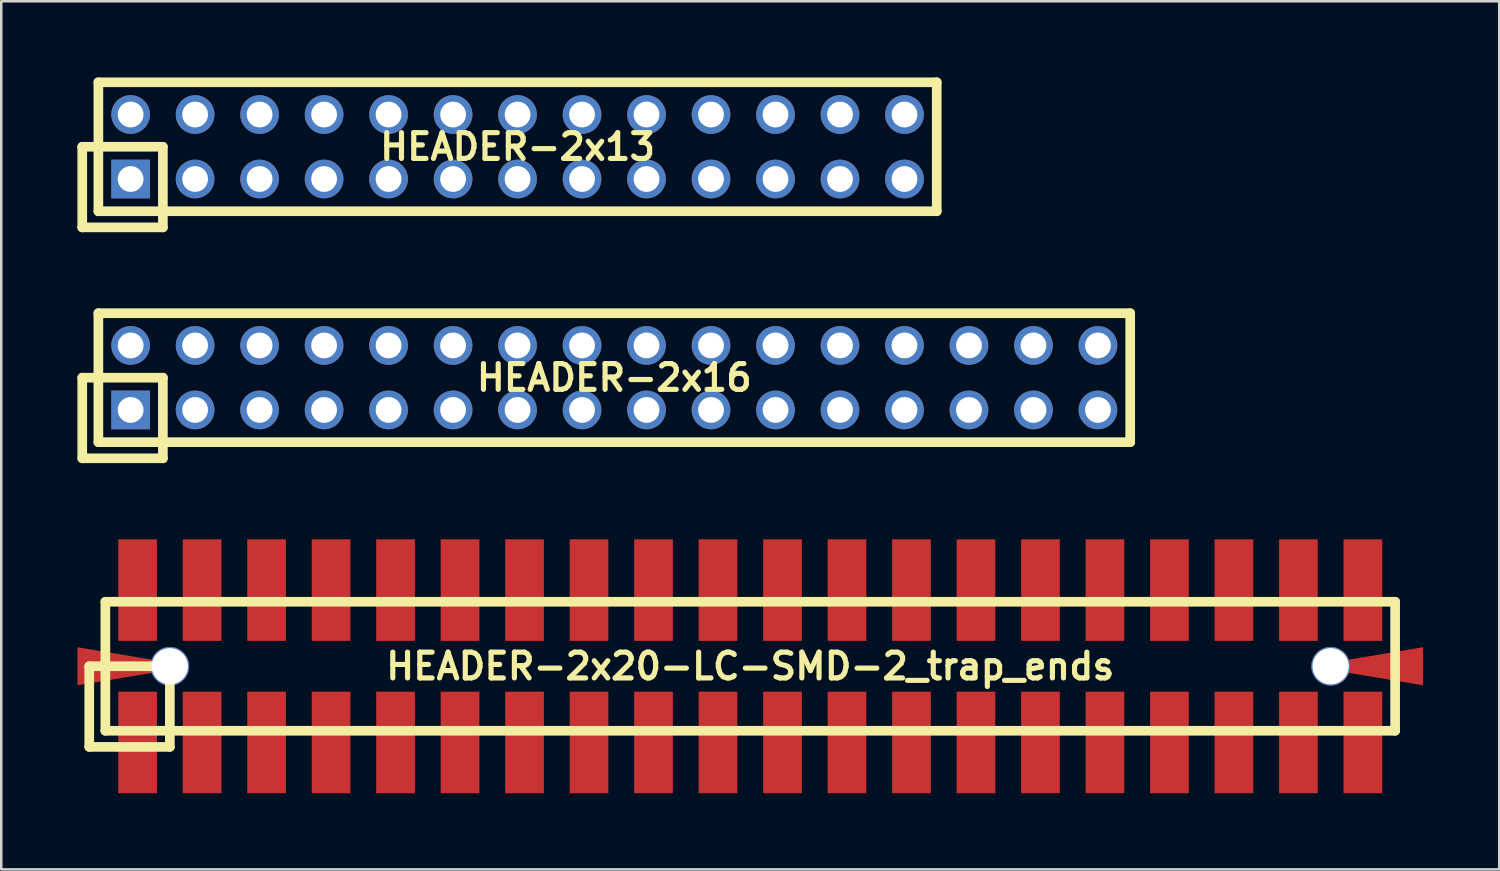
<source format=kicad_pcb>
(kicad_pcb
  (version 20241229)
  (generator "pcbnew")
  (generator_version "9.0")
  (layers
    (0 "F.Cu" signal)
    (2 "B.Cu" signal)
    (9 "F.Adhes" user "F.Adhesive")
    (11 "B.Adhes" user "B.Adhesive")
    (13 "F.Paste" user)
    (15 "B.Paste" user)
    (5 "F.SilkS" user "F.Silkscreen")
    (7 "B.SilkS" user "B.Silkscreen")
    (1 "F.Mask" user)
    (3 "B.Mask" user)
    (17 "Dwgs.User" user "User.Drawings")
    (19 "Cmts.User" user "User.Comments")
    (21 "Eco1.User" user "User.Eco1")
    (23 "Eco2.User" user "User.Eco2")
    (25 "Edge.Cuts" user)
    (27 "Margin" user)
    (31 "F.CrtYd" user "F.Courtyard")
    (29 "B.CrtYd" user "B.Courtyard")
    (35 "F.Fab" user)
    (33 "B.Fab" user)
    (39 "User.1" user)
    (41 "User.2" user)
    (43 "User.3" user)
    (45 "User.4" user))
  (footprint "HEADER-2x20-LC-SMD-2_trap_ends"
    (layer "F.Cu")
    (at 26.5 23.192)
    (property "Reference" "HEADER-2x20-LC-SMD-2_trap_ends" (at 0 0 0) (layer "F.SilkS") (effects (font (size 1.016 1.016) (thickness 0.203))))
    (attr through_hole)
    (fp_line (start -26.035 0) (end -26.035 3.175) (stroke (width 0.381) (type solid)) (layer "F.SilkS"))
    (fp_line (start -26.035 3.175) (end -22.86 3.175) (stroke (width 0.381) (type solid)) (layer "F.SilkS"))
    (fp_line (start -25.4 -2.54) (end 25.4 -2.54) (stroke (width 0.381) (type solid)) (layer "F.SilkS"))
    (fp_line (start -25.4 2.54) (end -25.4 -2.54) (stroke (width 0.381) (type solid)) (layer "F.SilkS"))
    (fp_line (start -22.86 0) (end -26.035 0) (stroke (width 0.381) (type solid)) (layer "F.SilkS"))
    (fp_line (start -22.86 3.175) (end -22.86 0) (stroke (width 0.381) (type solid)) (layer "F.SilkS"))
    (fp_line (start 25.4 -2.54) (end 25.4 2.54) (stroke (width 0.381) (type solid)) (layer "F.SilkS"))
    (fp_line (start 25.4 2.54) (end -25.4 2.54) (stroke (width 0.381) (type solid)) (layer "F.SilkS"))
    (pad "1" smd rect (at -24.13 3) (size 1.524 4) (layers "F.Cu" "F.Mask" "F.Paste"))
    (pad "1" smd trapezoid (at 25 0) (size 3 1) (rect_delta -0.5 0) (layers "F.Cu" "F.Mask" "F.Paste"))
    (pad "2" smd trapezoid (at -25 0) (size 3 1) (rect_delta 0.5 0) (layers "F.Cu" "F.Mask" "F.Paste"))
    (pad "2" smd rect (at -24.13 -3) (size 1.524 4) (layers "F.Cu" "F.Mask" "F.Paste"))
    (pad "3" smd rect (at -21.59 3) (size 1.524 4) (layers "F.Cu" "F.Mask" "F.Paste"))
    (pad "4" smd rect (at -21.59 -3) (size 1.524 4) (layers "F.Cu" "F.Mask" "F.Paste"))
    (pad "5" smd rect (at -19.05 3) (size 1.524 4) (layers "F.Cu" "F.Mask" "F.Paste"))
    (pad "6" smd rect (at -19.05 -3) (size 1.524 4) (layers "F.Cu" "F.Mask" "F.Paste"))
    (pad "7" smd rect (at -16.51 3) (size 1.524 4) (layers "F.Cu" "F.Mask" "F.Paste"))
    (pad "8" smd rect (at -16.51 -3) (size 1.524 4) (layers "F.Cu" "F.Mask" "F.Paste"))
    (pad "9" smd rect (at -13.97 3) (size 1.524 4) (layers "F.Cu" "F.Mask" "F.Paste"))
    (pad "10" smd rect (at -13.97 -3) (size 1.524 4) (layers "F.Cu" "F.Mask" "F.Paste"))
    (pad "11" smd rect (at -11.43 3) (size 1.524 4) (layers "F.Cu" "F.Mask" "F.Paste"))
    (pad "12" smd rect (at -11.43 -3) (size 1.524 4) (layers "F.Cu" "F.Mask" "F.Paste"))
    (pad "13" smd rect (at -8.89 3) (size 1.524 4) (layers "F.Cu" "F.Mask" "F.Paste"))
    (pad "14" smd rect (at -8.89 -3) (size 1.524 4) (layers "F.Cu" "F.Mask" "F.Paste"))
    (pad "15" smd rect (at -6.35 3) (size 1.524 4) (layers "F.Cu" "F.Mask" "F.Paste"))
    (pad "16" smd rect (at -6.35 -3) (size 1.524 4) (layers "F.Cu" "F.Mask" "F.Paste"))
    (pad "17" smd rect (at -3.81 3) (size 1.524 4) (layers "F.Cu" "F.Mask" "F.Paste"))
    (pad "18" smd rect (at -3.81 -3) (size 1.524 4) (layers "F.Cu" "F.Mask" "F.Paste"))
    (pad "19" smd rect (at -1.27 3) (size 1.524 4) (layers "F.Cu" "F.Mask" "F.Paste"))
    (pad "20" smd rect (at -1.27 -3) (size 1.524 4) (layers "F.Cu" "F.Mask" "F.Paste"))
    (pad "21" smd rect (at 1.27 3) (size 1.524 4) (layers "F.Cu" "F.Mask" "F.Paste"))
    (pad "22" smd rect (at 1.27 -3) (size 1.524 4) (layers "F.Cu" "F.Mask" "F.Paste"))
    (pad "23" smd rect (at 3.81 3) (size 1.524 4) (layers "F.Cu" "F.Mask" "F.Paste"))
    (pad "24" smd rect (at 3.81 -3) (size 1.524 4) (layers "F.Cu" "F.Mask" "F.Paste"))
    (pad "25" smd rect (at 6.35 3) (size 1.524 4) (layers "F.Cu" "F.Mask" "F.Paste"))
    (pad "26" smd rect (at 6.35 -3) (size 1.524 4) (layers "F.Cu" "F.Mask" "F.Paste"))
    (pad "27" smd rect (at 8.89 3) (size 1.524 4) (layers "F.Cu" "F.Mask" "F.Paste"))
    (pad "28" smd rect (at 8.89 -3) (size 1.524 4) (layers "F.Cu" "F.Mask" "F.Paste"))
    (pad "29" smd rect (at 11.43 3) (size 1.524 4) (layers "F.Cu" "F.Mask" "F.Paste"))
    (pad "30" smd rect (at 11.43 -3) (size 1.524 4) (layers "F.Cu" "F.Mask" "F.Paste"))
    (pad "31" smd rect (at 13.97 3) (size 1.524 4) (layers "F.Cu" "F.Mask" "F.Paste"))
    (pad "32" smd rect (at 13.97 -3) (size 1.524 4) (layers "F.Cu" "F.Mask" "F.Paste"))
    (pad "33" smd rect (at 16.51 3) (size 1.524 4) (layers "F.Cu" "F.Mask" "F.Paste"))
    (pad "34" smd rect (at 16.51 -3) (size 1.524 4) (layers "F.Cu" "F.Mask" "F.Paste"))
    (pad "35" smd rect (at 19.05 3) (size 1.524 4) (layers "F.Cu" "F.Mask" "F.Paste"))
    (pad "36" smd rect (at 19.05 -3) (size 1.524 4) (layers "F.Cu" "F.Mask" "F.Paste"))
    (pad "37" smd rect (at 21.59 3) (size 1.524 4) (layers "F.Cu" "F.Mask" "F.Paste"))
    (pad "38" smd rect (at 21.59 -3) (size 1.524 4) (layers "F.Cu" "F.Mask" "F.Paste"))
    (pad "39" smd rect (at 24.13 3) (size 1.524 4) (layers "F.Cu" "F.Mask" "F.Paste"))
    (pad "40" smd rect (at 24.13 -3) (size 1.524 4) (layers "F.Cu" "F.Mask" "F.Paste"))
    (pad "mnt" thru_hole circle (at -22.86 0) (size 1.524 1.524) (drill 1.43) (layers "*.Cu" "*.Mask"))
    (pad "mnt" thru_hole circle (at 22.86 0) (size 1.524 1.524) (drill 1.43) (layers "*.Cu" "*.Mask")))
  (footprint "HEADER-2x16"
    (layer "F.Cu")
    (at 21.145 11.826)
    (property "Reference" "HEADER-2x16" (at 0 0 0) (layer "F.SilkS") (effects (font (size 1.016 1.016) (thickness 0.203))))
    (attr through_hole)
    (fp_line (start -20.955 0) (end -20.955 3.175) (stroke (width 0.381) (type solid)) (layer "F.SilkS"))
    (fp_line (start -20.955 3.175) (end -17.78 3.175) (stroke (width 0.381) (type solid)) (layer "F.SilkS"))
    (fp_line (start -20.32 -2.54) (end 20.32 -2.54) (stroke (width 0.381) (type solid)) (layer "F.SilkS"))
    (fp_line (start -20.32 2.54) (end -20.32 -2.54) (stroke (width 0.381) (type solid)) (layer "F.SilkS"))
    (fp_line (start -17.78 0) (end -20.955 0) (stroke (width 0.381) (type solid)) (layer "F.SilkS"))
    (fp_line (start -17.78 3.175) (end -17.78 0) (stroke (width 0.381) (type solid)) (layer "F.SilkS"))
    (fp_line (start 20.32 -2.54) (end 20.32 2.54) (stroke (width 0.381) (type solid)) (layer "F.SilkS"))
    (fp_line (start 20.32 2.54) (end -20.32 2.54) (stroke (width 0.381) (type solid)) (layer "F.SilkS"))
    (pad "1" thru_hole rect (at -19.05 1.27) (size 1.524 1.524) (drill 1.016) (layers "*.Cu" "*.Mask"))
    (pad "2" thru_hole circle (at -19.05 -1.27) (size 1.524 1.524) (drill 1.016) (layers "*.Cu" "*.Mask"))
    (pad "3" thru_hole circle (at -16.51 1.27) (size 1.524 1.524) (drill 1.016) (layers "*.Cu" "*.Mask"))
    (pad "4" thru_hole circle (at -16.51 -1.27) (size 1.524 1.524) (drill 1.016) (layers "*.Cu" "*.Mask"))
    (pad "5" thru_hole circle (at -13.97 1.27) (size 1.524 1.524) (drill 1.016) (layers "*.Cu" "*.Mask"))
    (pad "6" thru_hole circle (at -13.97 -1.27) (size 1.524 1.524) (drill 1.016) (layers "*.Cu" "*.Mask"))
    (pad "7" thru_hole circle (at -11.43 1.27) (size 1.524 1.524) (drill 1.016) (layers "*.Cu" "*.Mask"))
    (pad "8" thru_hole circle (at -11.43 -1.27) (size 1.524 1.524) (drill 1.016) (layers "*.Cu" "*.Mask"))
    (pad "9" thru_hole circle (at -8.89 1.27) (size 1.524 1.524) (drill 1.016) (layers "*.Cu" "*.Mask"))
    (pad "10" thru_hole circle (at -8.89 -1.27) (size 1.524 1.524) (drill 1.016) (layers "*.Cu" "*.Mask"))
    (pad "11" thru_hole circle (at -6.35 1.27) (size 1.524 1.524) (drill 1.016) (layers "*.Cu" "*.Mask"))
    (pad "12" thru_hole circle (at -6.35 -1.27) (size 1.524 1.524) (drill 1.016) (layers "*.Cu" "*.Mask"))
    (pad "13" thru_hole circle (at -3.81 1.27) (size 1.524 1.524) (drill 1.016) (layers "*.Cu" "*.Mask"))
    (pad "14" thru_hole circle (at -3.81 -1.27) (size 1.524 1.524) (drill 1.016) (layers "*.Cu" "*.Mask"))
    (pad "15" thru_hole circle (at -1.27 1.27) (size 1.524 1.524) (drill 1.016) (layers "*.Cu" "*.Mask"))
    (pad "16" thru_hole circle (at -1.27 -1.27) (size 1.524 1.524) (drill 1.016) (layers "*.Cu" "*.Mask"))
    (pad "17" thru_hole circle (at 1.27 1.27) (size 1.524 1.524) (drill 1.016) (layers "*.Cu" "*.Mask"))
    (pad "18" thru_hole circle (at 1.27 -1.27) (size 1.524 1.524) (drill 1.016) (layers "*.Cu" "*.Mask"))
    (pad "19" thru_hole circle (at 3.81 1.27) (size 1.524 1.524) (drill 1.016) (layers "*.Cu" "*.Mask"))
    (pad "20" thru_hole circle (at 3.81 -1.27) (size 1.524 1.524) (drill 1.016) (layers "*.Cu" "*.Mask"))
    (pad "21" thru_hole circle (at 6.35 1.27) (size 1.524 1.524) (drill 1.016) (layers "*.Cu" "*.Mask"))
    (pad "22" thru_hole circle (at 6.35 -1.27) (size 1.524 1.524) (drill 1.016) (layers "*.Cu" "*.Mask"))
    (pad "23" thru_hole circle (at 8.89 1.27) (size 1.524 1.524) (drill 1.016) (layers "*.Cu" "*.Mask"))
    (pad "24" thru_hole circle (at 8.89 -1.27) (size 1.524 1.524) (drill 1.016) (layers "*.Cu" "*.Mask"))
    (pad "25" thru_hole circle (at 11.43 1.27) (size 1.524 1.524) (drill 1.016) (layers "*.Cu" "*.Mask"))
    (pad "26" thru_hole circle (at 11.43 -1.27) (size 1.524 1.524) (drill 1.016) (layers "*.Cu" "*.Mask"))
    (pad "27" thru_hole circle (at 13.97 1.27) (size 1.524 1.524) (drill 1.016) (layers "*.Cu" "*.Mask"))
    (pad "28" thru_hole circle (at 13.97 -1.27) (size 1.524 1.524) (drill 1.016) (layers "*.Cu" "*.Mask"))
    (pad "29" thru_hole circle (at 16.51 1.27) (size 1.524 1.524) (drill 1.016) (layers "*.Cu" "*.Mask"))
    (pad "30" thru_hole circle (at 16.51 -1.27) (size 1.524 1.524) (drill 1.016) (layers "*.Cu" "*.Mask"))
    (pad "31" thru_hole circle (at 19.05 1.27) (size 1.524 1.524) (drill 1.016) (layers "*.Cu" "*.Mask"))
    (pad "32" thru_hole circle (at 19.05 -1.27) (size 1.524 1.524) (drill 1.016) (layers "*.Cu" "*.Mask")))
  (footprint "HEADER-2x13"
    (layer "F.Cu")
    (at 17.335 2.731)
    (property "Reference" "HEADER-2x13" (at 0 0 0) (layer "F.SilkS") (effects (font (size 1.016 1.016) (thickness 0.203))))
    (attr through_hole)
    (fp_line (start -17.145 0) (end -17.145 3.175) (stroke (width 0.381) (type solid)) (layer "F.SilkS"))
    (fp_line (start -17.145 3.175) (end -13.97 3.175) (stroke (width 0.381) (type solid)) (layer "F.SilkS"))
    (fp_line (start -16.51 -2.54) (end 16.51 -2.54) (stroke (width 0.381) (type solid)) (layer "F.SilkS"))
    (fp_line (start -16.51 2.54) (end -16.51 -2.54) (stroke (width 0.381) (type solid)) (layer "F.SilkS"))
    (fp_line (start -13.97 0) (end -17.145 0) (stroke (width 0.381) (type solid)) (layer "F.SilkS"))
    (fp_line (start -13.97 3.175) (end -13.97 0) (stroke (width 0.381) (type solid)) (layer "F.SilkS"))
    (fp_line (start 16.51 -2.54) (end 16.51 2.54) (stroke (width 0.381) (type solid)) (layer "F.SilkS"))
    (fp_line (start 16.51 2.54) (end -16.51 2.54) (stroke (width 0.381) (type solid)) (layer "F.SilkS"))
    (pad "1" thru_hole rect (at -15.24 1.27) (size 1.524 1.524) (drill 1.016) (layers "*.Cu" "*.Mask"))
    (pad "2" thru_hole circle (at -15.24 -1.27) (size 1.524 1.524) (drill 1.016) (layers "*.Cu" "*.Mask"))
    (pad "3" thru_hole circle (at -12.7 1.27) (size 1.524 1.524) (drill 1.016) (layers "*.Cu" "*.Mask"))
    (pad "4" thru_hole circle (at -12.7 -1.27) (size 1.524 1.524) (drill 1.016) (layers "*.Cu" "*.Mask"))
    (pad "5" thru_hole circle (at -10.16 1.27) (size 1.524 1.524) (drill 1.016) (layers "*.Cu" "*.Mask"))
    (pad "6" thru_hole circle (at -10.16 -1.27) (size 1.524 1.524) (drill 1.016) (layers "*.Cu" "*.Mask"))
    (pad "7" thru_hole circle (at -7.62 1.27) (size 1.524 1.524) (drill 1.016) (layers "*.Cu" "*.Mask"))
    (pad "8" thru_hole circle (at -7.62 -1.27) (size 1.524 1.524) (drill 1.016) (layers "*.Cu" "*.Mask"))
    (pad "9" thru_hole circle (at -5.08 1.27) (size 1.524 1.524) (drill 1.016) (layers "*.Cu" "*.Mask"))
    (pad "10" thru_hole circle (at -5.08 -1.27) (size 1.524 1.524) (drill 1.016) (layers "*.Cu" "*.Mask"))
    (pad "11" thru_hole circle (at -2.54 1.27) (size 1.524 1.524) (drill 1.016) (layers "*.Cu" "*.Mask"))
    (pad "12" thru_hole circle (at -2.54 -1.27) (size 1.524 1.524) (drill 1.016) (layers "*.Cu" "*.Mask"))
    (pad "13" thru_hole circle (at 0 1.27) (size 1.524 1.524) (drill 1.016) (layers "*.Cu" "*.Mask"))
    (pad "14" thru_hole circle (at 0 -1.27) (size 1.524 1.524) (drill 1.016) (layers "*.Cu" "*.Mask"))
    (pad "15" thru_hole circle (at 2.54 1.27) (size 1.524 1.524) (drill 1.016) (layers "*.Cu" "*.Mask"))
    (pad "16" thru_hole circle (at 2.54 -1.27) (size 1.524 1.524) (drill 1.016) (layers "*.Cu" "*.Mask"))
    (pad "17" thru_hole circle (at 5.08 1.27) (size 1.524 1.524) (drill 1.016) (layers "*.Cu" "*.Mask"))
    (pad "18" thru_hole circle (at 5.08 -1.27) (size 1.524 1.524) (drill 1.016) (layers "*.Cu" "*.Mask"))
    (pad "19" thru_hole circle (at 7.62 1.27) (size 1.524 1.524) (drill 1.016) (layers "*.Cu" "*.Mask"))
    (pad "20" thru_hole circle (at 7.62 -1.27) (size 1.524 1.524) (drill 1.016) (layers "*.Cu" "*.Mask"))
    (pad "21" thru_hole circle (at 10.16 1.27) (size 1.524 1.524) (drill 1.016) (layers "*.Cu" "*.Mask"))
    (pad "22" thru_hole circle (at 10.16 -1.27) (size 1.524 1.524) (drill 1.016) (layers "*.Cu" "*.Mask"))
    (pad "23" thru_hole circle (at 12.7 1.27) (size 1.524 1.524) (drill 1.016) (layers "*.Cu" "*.Mask"))
    (pad "24" thru_hole circle (at 12.7 -1.27) (size 1.524 1.524) (drill 1.016) (layers "*.Cu" "*.Mask"))
    (pad "25" thru_hole circle (at 15.24 1.27) (size 1.524 1.524) (drill 1.016) (layers "*.Cu" "*.Mask"))
    (pad "26" thru_hole circle (at 15.24 -1.27) (size 1.524 1.524) (drill 1.016) (layers "*.Cu" "*.Mask")))
  (gr_rect
    (start -3 -3)
    (end 56 31.192)
    (stroke (width 0.1) (type default))
    (fill no)
    (layer "Edge.Cuts")))
</source>
